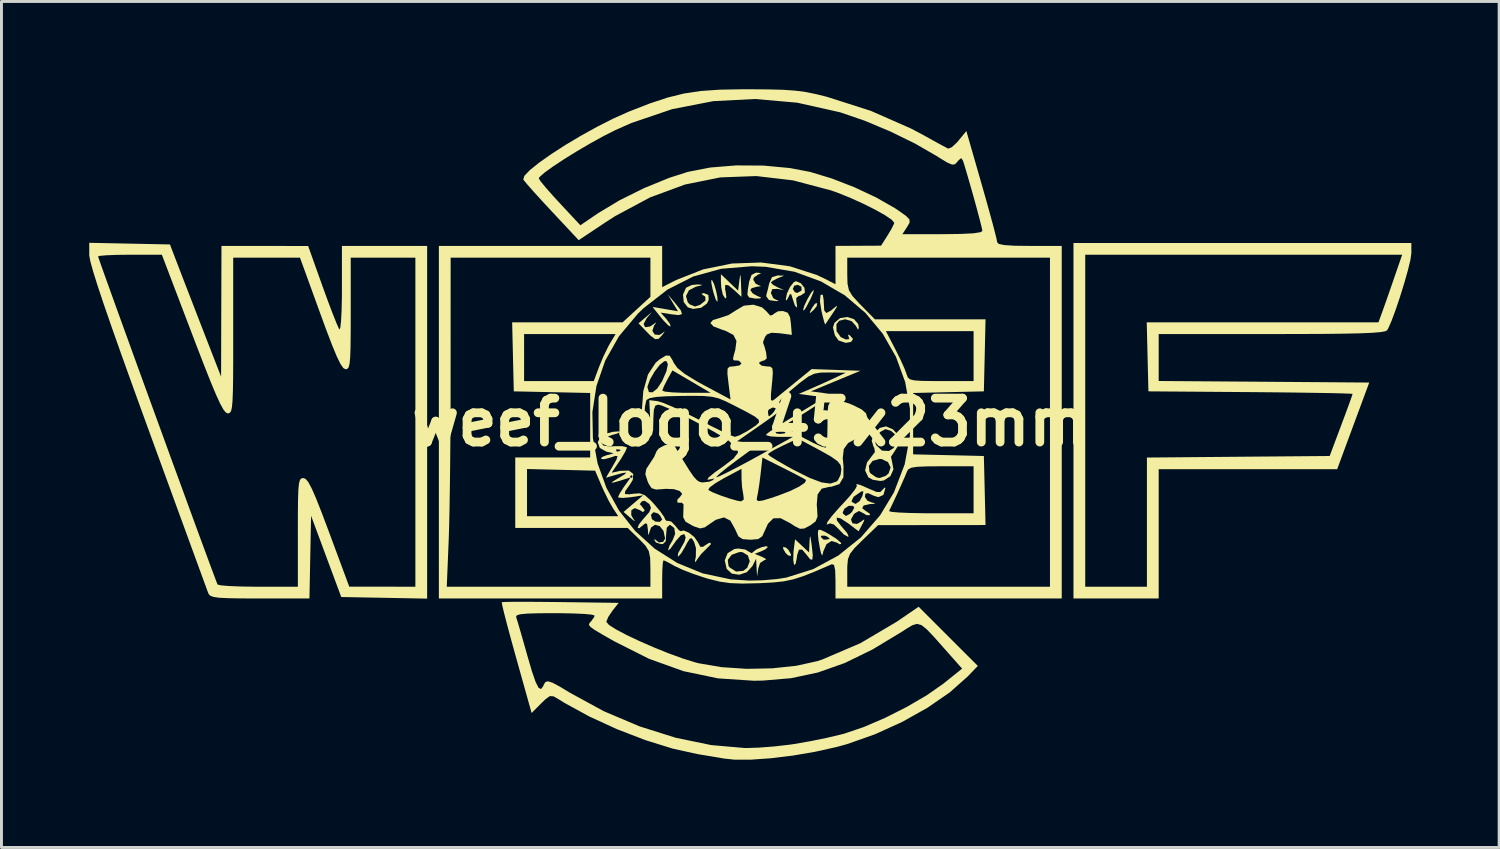
<source format=kicad_pcb>
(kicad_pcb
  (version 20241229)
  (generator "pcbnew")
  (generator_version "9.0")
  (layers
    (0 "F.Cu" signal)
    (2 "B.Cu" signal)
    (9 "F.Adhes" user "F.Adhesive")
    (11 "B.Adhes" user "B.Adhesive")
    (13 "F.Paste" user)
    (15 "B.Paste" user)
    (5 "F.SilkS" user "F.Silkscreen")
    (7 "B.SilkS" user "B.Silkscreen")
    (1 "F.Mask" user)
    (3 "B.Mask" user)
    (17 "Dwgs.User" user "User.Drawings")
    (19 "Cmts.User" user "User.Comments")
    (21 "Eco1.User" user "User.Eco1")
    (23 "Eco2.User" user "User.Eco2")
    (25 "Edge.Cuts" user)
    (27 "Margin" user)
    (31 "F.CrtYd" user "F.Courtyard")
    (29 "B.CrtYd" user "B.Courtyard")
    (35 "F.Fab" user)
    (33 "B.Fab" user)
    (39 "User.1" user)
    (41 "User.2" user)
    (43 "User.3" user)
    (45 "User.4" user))
  (footprint "weef_logo_45x23mm"
    (layer "F.Cu")
    (at 22.589 11.377)
    (property "Reference" "weef_logo_45x23mm" (at 0 0 0) (layer "F.SilkS") (effects (font (size 1.5 1.5) (thickness 0.3))))
    (attr board_only exclude_from_pos_files exclude_from_bom)
    (fp_poly (pts (xy 2.27 -3.967) (xy 2.166 -3.838) (xy 2.042 -3.726) (xy 2.038 -3.765) (xy 2.105 -3.899) (xy 2.212 -4.051) (xy 2.286 -4.072)) (stroke (width 0) (type solid)) (fill yes) (layer "F.SilkS"))
    (fp_poly (pts (xy 1.22 4.286) (xy 1.305 4.367) (xy 1.389 4.515) (xy 1.384 4.573) (xy 1.29 4.549) (xy 1.205 4.468) (xy 1.121 4.32) (xy 1.126 4.262)) (stroke (width 0) (type solid)) (fill yes) (layer "F.SilkS"))
    (fp_poly (pts (xy -1.308 -4.857) (xy -1.24 -4.723) (xy -1.174 -4.507) (xy -1.127 -4.286) (xy -1.119 -4.138) (xy -1.134 -4.116) (xy -1.185 -4.203) (xy -1.257 -4.423) (xy -1.285 -4.53) (xy -1.332 -4.76) (xy -1.328 -4.864)) (stroke (width 0) (type solid)) (fill yes) (layer "F.SilkS"))
    (fp_poly (pts (xy 2.156 -4.44) (xy 2.075 -4.247) (xy 2.048 -4.192) (xy 1.906 -3.923) (xy 1.831 -3.815) (xy 1.807 -3.845) (xy 1.807 -3.853) (xy 1.85 -3.991) (xy 1.949 -4.198) (xy 2.063 -4.398) (xy 2.151 -4.512) (xy 2.164 -4.518)) (stroke (width 0) (type solid)) (fill yes) (layer "F.SilkS"))
    (fp_poly (pts (xy -2.566 -4.066) (xy -2.375 -3.822) (xy -2.334 -3.694) (xy -2.451 -3.66) (xy -2.686 -3.686) (xy -3.062 -3.745) (xy -2.87 -3.528) (xy -2.747 -3.36) (xy -2.723 -3.267) (xy -2.806 -3.31) (xy -2.964 -3.472) (xy -3.054 -3.58) (xy -3.339 -3.937) (xy -2.905 -3.864) (xy -2.471 -3.791) (xy -2.647 -4.079) (xy -2.822 -4.367)) (stroke (width 0) (type solid)) (fill yes) (layer "F.SilkS"))
    (fp_poly (pts (xy -0.71 -4.776) (xy -0.416 -4.494) (xy -0.375 -4.832) (xy -0.349 -5.013) (xy -0.333 -5.017) (xy -0.321 -4.835) (xy -0.317 -4.726) (xy -0.301 -4.282) (xy -0.534 -4.5) (xy -0.75 -4.678) (xy -0.857 -4.693) (xy -0.862 -4.545) (xy -0.844 -4.468) (xy -0.817 -4.268) (xy -0.855 -4.223) (xy -0.935 -4.354) (xy -0.943 -4.375) (xy -0.991 -4.598) (xy -1.004 -4.796) (xy -1.004 -5.057)) (stroke (width 0) (type solid)) (fill yes) (layer "F.SilkS"))
    (fp_poly (pts (xy 2.48 -4.346) (xy 2.509 -4.152) (xy 2.51 -4.086) (xy 2.527 -3.817) (xy 2.597 -3.73) (xy 2.75 -3.81) (xy 2.847 -3.89) (xy 2.957 -3.977) (xy 2.958 -3.941) (xy 2.845 -3.763) (xy 2.812 -3.715) (xy 2.663 -3.493) (xy 2.571 -3.356) (xy 2.559 -3.338) (xy 2.53 -3.411) (xy 2.473 -3.625) (xy 2.433 -3.79) (xy 2.38 -4.127) (xy 2.399 -4.334) (xy 2.417 -4.362)) (stroke (width 0) (type solid)) (fill yes) (layer "F.SilkS"))
    (fp_poly (pts (xy -3.545 -3.549) (xy -3.646 -3.353) (xy -3.592 -3.245) (xy -3.427 -3.269) (xy -3.334 -3.329) (xy -3.218 -3.413) (xy -3.244 -3.36) (xy -3.289 -3.301) (xy -3.347 -3.12) (xy -3.265 -2.994) (xy -3.105 -2.981) (xy -3.009 -3.039) (xy -2.923 -3.109) (xy -2.964 -3.04) (xy -3.004 -2.987) (xy -3.132 -2.849) (xy -3.252 -2.838) (xy -3.418 -2.964) (xy -3.547 -3.095) (xy -3.819 -3.379) (xy -3.591 -3.572) (xy -3.363 -3.765)) (stroke (width 0) (type solid)) (fill yes) (layer "F.SilkS"))
    (fp_poly (pts (xy 2.081 4.081) (xy 2.1 4.217) (xy 2.135 4.553) (xy 2.116 4.704) (xy 2.04 4.68) (xy 1.934 4.543) (xy 1.772 4.353) (xy 1.662 4.356) (xy 1.598 4.553) (xy 1.588 4.643) (xy 1.551 4.834) (xy 1.503 4.879) (xy 1.495 4.869) (xy 1.467 4.711) (xy 1.475 4.448) (xy 1.481 4.386) (xy 1.529 4.003) (xy 1.769 4.228) (xy 2.008 4.452) (xy 2.023 4.109) (xy 2.035 3.923) (xy 2.052 3.91)) (stroke (width 0) (type solid)) (fill yes) (layer "F.SilkS"))
    (fp_poly (pts (xy 0.931 -5.013) (xy 1.155 -5.007) (xy 0.929 -4.916) (xy 0.756 -4.826) (xy 0.703 -4.769) (xy 0.783 -4.69) (xy 0.929 -4.612) (xy 1.155 -4.512) (xy 0.929 -4.556) (xy 0.751 -4.548) (xy 0.703 -4.415) (xy 0.785 -4.238) (xy 0.878 -4.185) (xy 0.974 -4.148) (xy 0.904 -4.136) (xy 0.686 -4.164) (xy 0.633 -4.181) (xy 0.545 -4.3) (xy 0.549 -4.349) (xy 0.597 -4.531) (xy 0.646 -4.744) (xy 0.742 -4.956) (xy 0.927 -5.013)) (stroke (width 0) (type solid)) (fill yes) (layer "F.SilkS"))
    (fp_poly (pts (xy 0.371 -5.092) (xy 0.311 -5.06) (xy 0.276 -5.051) (xy 0.127 -4.948) (xy 0.1 -4.869) (xy 0.184 -4.732) (xy 0.276 -4.687) (xy 0.365 -4.651) (xy 0.263 -4.632) (xy 0.226 -4.63) (xy 0.049 -4.582) (xy 0 -4.515) (xy 0.082 -4.402) (xy 0.226 -4.32) (xy 0.373 -4.255) (xy 0.34 -4.23) (xy 0.176 -4.223) (xy -0.04 -4.262) (xy -0.1 -4.355) (xy -0.082 -4.547) (xy -0.038 -4.806) (xy 0.044 -5.034) (xy 0.19 -5.108) (xy 0.238 -5.109)) (stroke (width 0) (type solid)) (fill yes) (layer "F.SilkS"))
    (fp_poly (pts (xy -1.654 -4.695) (xy -1.676 -4.672) (xy -1.857 -4.631) (xy -2.097 -4.509) (xy -2.198 -4.311) (xy -2.138 -4.098) (xy -2.069 -4.025) (xy -1.888 -3.953) (xy -1.713 -4.012) (xy -1.533 -4.158) (xy -1.537 -4.289) (xy -1.631 -4.351) (xy -1.667 -4.395) (xy -1.581 -4.409) (xy -1.433 -4.348) (xy -1.422 -4.179) (xy -1.482 -4.054) (xy -1.681 -3.91) (xy -1.951 -3.871) (xy -2.133 -3.924) (xy -2.275 -4.106) (xy -2.3 -4.36) (xy -2.199 -4.587) (xy -2.189 -4.598) (xy -2.001 -4.687) (xy -1.812 -4.707)) (stroke (width 0) (type solid)) (fill yes) (layer "F.SilkS"))
    (fp_poly (pts (xy 3.54 -3.523) (xy 3.687 -3.355) (xy 3.708 -3.225) (xy 3.681 -3.158) (xy 3.613 -3.284) (xy 3.611 -3.288) (xy 3.462 -3.455) (xy 3.244 -3.517) (xy 3.038 -3.466) (xy 2.943 -3.35) (xy 2.945 -3.112) (xy 3.09 -2.908) (xy 3.26 -2.827) (xy 3.381 -2.838) (xy 3.36 -2.917) (xy 3.338 -2.996) (xy 3.398 -2.971) (xy 3.511 -2.843) (xy 3.444 -2.743) (xy 3.261 -2.711) (xy 3.016 -2.792) (xy 2.89 -2.969) (xy 2.825 -3.24) (xy 2.877 -3.396) (xy 3.068 -3.557) (xy 3.312 -3.595)) (stroke (width 0) (type solid)) (fill yes) (layer "F.SilkS"))
    (fp_poly (pts (xy 2.559 3.752) (xy 2.71 3.837) (xy 2.949 3.991) (xy 3.093 4.117) (xy 3.111 4.154) (xy 3.051 4.173) (xy 2.962 4.116) (xy 2.774 4.06) (xy 2.603 4.17) (xy 2.495 4.414) (xy 2.488 4.45) (xy 2.458 4.556) (xy 2.419 4.484) (xy 2.382 4.33) (xy 2.331 4.038) (xy 2.32 3.919) (xy 2.409 3.919) (xy 2.491 4.005) (xy 2.56 4.016) (xy 2.694 3.994) (xy 2.711 3.976) (xy 2.632 3.912) (xy 2.56 3.879) (xy 2.431 3.877) (xy 2.409 3.919) (xy 2.32 3.919) (xy 2.309 3.804) (xy 2.309 3.799) (xy 2.321 3.69) (xy 2.389 3.673)) (stroke (width 0) (type solid)) (fill yes) (layer "F.SilkS"))
    (fp_poly (pts (xy 1.727 -4.748) (xy 1.851 -4.59) (xy 1.866 -4.432) (xy 1.86 -4.422) (xy 1.711 -4.324) (xy 1.66 -4.317) (xy 1.567 -4.241) (xy 1.577 -4.116) (xy 1.599 -3.955) (xy 1.579 -3.915) (xy 1.52 -4) (xy 1.455 -4.192) (xy 1.398 -4.373) (xy 1.351 -4.374) (xy 1.301 -4.267) (xy 1.236 -4.156) (xy 1.212 -4.187) (xy 1.251 -4.396) (xy 1.324 -4.552) (xy 1.451 -4.552) (xy 1.526 -4.439) (xy 1.606 -4.417) (xy 1.737 -4.49) (xy 1.753 -4.511) (xy 1.746 -4.63) (xy 1.625 -4.693) (xy 1.504 -4.667) (xy 1.451 -4.552) (xy 1.324 -4.552) (xy 1.358 -4.623) (xy 1.488 -4.786) (xy 1.56 -4.819)) (stroke (width 0) (type solid)) (fill yes) (layer "F.SilkS"))
    (fp_poly (pts (xy 0.602 4.263) (xy 0.521 4.341) (xy 0.376 4.411) (xy 0.151 4.498) (xy 0.402 4.602) (xy 0.545 4.679) (xy 0.494 4.712) (xy 0.484 4.712) (xy 0.335 4.81) (xy 0.273 4.995) (xy 0.231 5.271) (xy 0.214 4.97) (xy 0.198 4.668) (xy 0.072 4.919) (xy -0.119 5.126) (xy -0.377 5.213) (xy -0.632 5.174) (xy -0.807 5.013) (xy -0.873 4.722) (xy -0.867 4.705) (xy -0.77 4.705) (xy -0.745 4.91) (xy -0.71 4.961) (xy -0.485 5.104) (xy -0.238 5.079) (xy -0.104 4.974) (xy -0.018 4.752) (xy -0.085 4.551) (xy -0.268 4.44) (xy -0.375 4.437) (xy -0.636 4.531) (xy -0.77 4.705) (xy -0.867 4.705) (xy -0.775 4.477) (xy -0.545 4.334) (xy -0.41 4.317) (xy -0.175 4.351) (xy -0.044 4.428) (xy 0.051 4.478) (xy 0.088 4.442) (xy 0.204 4.35) (xy 0.384 4.273) (xy 0.544 4.237)) (stroke (width 0) (type solid)) (fill yes) (layer "F.SilkS"))
    (fp_poly (pts (xy 4.871 0.243) (xy 4.876 0.246) (xy 5.08 0.472) (xy 5.094 0.737) (xy 4.933 0.99) (xy 4.807 1.181) (xy 4.844 1.353) (xy 4.892 1.613) (xy 4.785 1.847) (xy 4.563 1.991) (xy 4.44 2.008) (xy 4.188 1.968) (xy 4.036 1.887) (xy 3.923 1.65) (xy 3.96 1.49) (xy 4.051 1.49) (xy 4.072 1.694) (xy 4.109 1.749) (xy 4.3 1.882) (xy 4.417 1.908) (xy 4.625 1.835) (xy 4.726 1.749) (xy 4.795 1.545) (xy 4.704 1.362) (xy 4.492 1.261) (xy 4.417 1.255) (xy 4.178 1.324) (xy 4.051 1.49) (xy 3.96 1.49) (xy 3.987 1.376) (xy 4.123 1.198) (xy 4.258 1.02) (xy 4.238 0.882) (xy 4.215 0.851) (xy 4.148 0.633) (xy 4.171 0.559) (xy 4.262 0.559) (xy 4.281 0.731) (xy 4.31 0.791) (xy 4.499 0.971) (xy 4.738 0.984) (xy 4.899 0.883) (xy 5.013 0.653) (xy 4.952 0.421) (xy 4.807 0.295) (xy 4.619 0.237) (xy 4.451 0.326) (xy 4.395 0.379) (xy 4.262 0.559) (xy 4.171 0.559) (xy 4.226 0.389) (xy 4.424 0.197) (xy 4.431 0.194) (xy 4.639 0.143)) (stroke (width 0) (type solid)) (fill yes) (layer "F.SilkS"))
    (fp_poly (pts (xy 22.589 -5.771) (xy 22.557 -5.547) (xy 22.471 -5.191) (xy 22.347 -4.754) (xy 22.202 -4.285) (xy 22.051 -3.836) (xy 21.91 -3.458) (xy 21.796 -3.2) (xy 21.758 -3.137) (xy 21.686 -3.104) (xy 21.517 -3.076) (xy 21.235 -3.054) (xy 20.827 -3.037) (xy 20.275 -3.025) (xy 19.566 -3.017) (xy 18.684 -3.013) (xy 17.808 -3.012) (xy 13.955 -3.012) (xy 13.955 -2.21) (xy 13.955 -1.408) (xy 17.552 -1.382) (xy 21.15 -1.355) (xy 20.602 0.125) (xy 20.054 1.606) (xy 17.005 1.606) (xy 13.955 1.606) (xy 13.955 3.815) (xy 13.955 6.024) (xy 12.499 6.024) (xy 11.043 6.024) (xy 11.043 -0.05) (xy 11.445 -0.05) (xy 11.445 5.622) (xy 12.499 5.622) (xy 13.553 5.622) (xy 13.553 3.415) (xy 13.553 1.208) (xy 16.676 1.181) (xy 19.798 1.155) (xy 20.189 0.112) (xy 20.347 -0.31) (xy 20.474 -0.656) (xy 20.556 -0.888) (xy 20.581 -0.966) (xy 20.484 -0.975) (xy 20.21 -0.985) (xy 19.78 -0.995) (xy 19.218 -1.004) (xy 18.546 -1.014) (xy 17.788 -1.022) (xy 17.092 -1.028) (xy 13.604 -1.054) (xy 13.575 -2.234) (xy 13.547 -3.413) (xy 17.506 -3.413) (xy 21.465 -3.413) (xy 21.584 -3.74) (xy 21.673 -3.987) (xy 21.803 -4.356) (xy 21.949 -4.777) (xy 21.989 -4.894) (xy 22.275 -5.723) (xy 16.86 -5.723) (xy 11.445 -5.723) (xy 11.445 -0.05) (xy 11.043 -0.05) (xy 11.043 -6.124) (xy 16.816 -6.124) (xy 22.589 -6.124)) (stroke (width 0) (type solid)) (fill yes) (layer "F.SilkS"))
    (fp_poly (pts (xy 3.762 2.146) (xy 4.048 2.271) (xy 4.069 2.28) (xy 4.31 2.382) (xy 4.441 2.388) (xy 4.522 2.305) (xy 4.599 2.228) (xy 4.615 2.259) (xy 4.548 2.485) (xy 4.378 2.562) (xy 4.236 2.52) (xy 4.024 2.424) (xy 3.932 2.444) (xy 3.915 2.553) (xy 4.001 2.682) (xy 4.141 2.74) (xy 4.274 2.772) (xy 4.221 2.789) (xy 4.091 2.797) (xy 3.874 2.846) (xy 3.824 2.94) (xy 3.956 3.044) (xy 3.98 3.054) (xy 4.09 3.135) (xy 4.083 3.179) (xy 3.967 3.175) (xy 3.863 3.11) (xy 3.714 3.034) (xy 3.569 3.115) (xy 3.538 3.145) (xy 3.439 3.327) (xy 3.491 3.456) (xy 3.644 3.477) (xy 3.777 3.404) (xy 3.891 3.32) (xy 3.887 3.373) (xy 3.824 3.495) (xy 3.701 3.728) (xy 3.35 3.46) (xy 3.087 3.289) (xy 2.953 3.259) (xy 2.959 3.357) (xy 3.122 3.571) (xy 3.163 3.615) (xy 3.315 3.798) (xy 3.359 3.904) (xy 3.339 3.915) (xy 3.205 3.843) (xy 3.033 3.668) (xy 3.023 3.656) (xy 2.856 3.497) (xy 2.723 3.457) (xy 2.715 3.461) (xy 2.609 3.501) (xy 2.633 3.414) (xy 2.776 3.22) (xy 2.896 3.082) (xy 3.157 3.082) (xy 3.169 3.124) (xy 3.265 3.206) (xy 3.398 3.137) (xy 3.472 3.068) (xy 3.554 2.92) (xy 3.51 2.859) (xy 3.366 2.857) (xy 3.22 2.953) (xy 3.157 3.082) (xy 2.896 3.082) (xy 3.026 2.933) (xy 3.156 2.795) (xy 3.25 2.691) (xy 3.46 2.691) (xy 3.474 2.727) (xy 3.596 2.794) (xy 3.736 2.697) (xy 3.829 2.525) (xy 3.867 2.368) (xy 3.8 2.363) (xy 3.789 2.37) (xy 3.531 2.549) (xy 3.46 2.691) (xy 3.25 2.691) (xy 3.404 2.521) (xy 3.576 2.303) (xy 3.643 2.179) (xy 3.639 2.167) (xy 3.621 2.111)) (stroke (width 0) (type solid)) (fill yes) (layer "F.SilkS"))
    (fp_poly (pts (xy -7.177 6.14) (xy -6.577 6.146) (xy -6.481 6.147) (xy -4.499 6.174) (xy -4.709 6.441) (xy -4.854 6.656) (xy -4.919 6.816) (xy -4.919 6.824) (xy -4.831 6.927) (xy -4.588 7.081) (xy -4.228 7.272) (xy -3.784 7.482) (xy -3.293 7.696) (xy -2.79 7.899) (xy -2.31 8.074) (xy -1.889 8.205) (xy -1.757 8.239) (xy -0.981 8.371) (xy -0.125 8.428) (xy 0.747 8.411) (xy 1.573 8.323) (xy 2.289 8.165) (xy 2.46 8.109) (xy 3.763 7.551) (xy 5.001 6.82) (xy 5.069 6.774) (xy 5.752 6.306) (xy 6.763 7.317) (xy 7.775 8.328) (xy 7.426 8.692) (xy 6.818 9.231) (xy 6.055 9.757) (xy 5.186 10.244) (xy 4.256 10.666) (xy 3.312 10.999) (xy 2.949 11.099) (xy 2.217 11.262) (xy 1.457 11.392) (xy 0.713 11.483) (xy 0.033 11.531) (xy -0.54 11.532) (xy -0.904 11.493) (xy -1.072 11.463) (xy -1.376 11.412) (xy -1.755 11.35) (xy -1.807 11.341) (xy -2.654 11.154) (xy -3.592 10.862) (xy -4.562 10.488) (xy -5.502 10.056) (xy -6.35 9.592) (xy -6.551 9.467) (xy -6.727 9.366) (xy -6.854 9.361) (xy -7.003 9.47) (xy -7.15 9.613) (xy -7.473 9.937) (xy -7.999 8.06) (xy -8.16 7.479) (xy -8.298 6.968) (xy -8.379 6.656) (xy -8.003 6.656) (xy -8.001 6.663) (xy -7.954 6.809) (xy -7.867 7.105) (xy -7.751 7.509) (xy -7.621 7.968) (xy -7.462 8.512) (xy -7.336 8.876) (xy -7.237 9.073) (xy -7.155 9.12) (xy -7.083 9.031) (xy -7.064 8.985) (xy -7.008 8.884) (xy -6.919 8.852) (xy -6.763 8.901) (xy -6.504 9.039) (xy -6.151 9.252) (xy -5.002 9.878) (xy -3.787 10.393) (xy -2.55 10.783) (xy -1.335 11.034) (xy -0.186 11.134) (xy -0.151 11.134) (xy 0.283 11.121) (xy 0.818 11.08) (xy 1.356 11.018) (xy 1.506 10.996) (xy 2.039 10.903) (xy 2.607 10.788) (xy 3.105 10.67) (xy 3.213 10.642) (xy 3.871 10.419) (xy 4.605 10.104) (xy 5.347 9.73) (xy 6.03 9.331) (xy 6.587 8.942) (xy 6.606 8.927) (xy 7.238 8.421) (xy 6.633 7.738) (xy 6.282 7.343) (xy 6.033 7.08) (xy 5.85 6.934) (xy 5.697 6.891) (xy 5.539 6.937) (xy 5.34 7.056) (xy 5.197 7.15) (xy 4.177 7.766) (xy 3.229 8.229) (xy 2.314 8.552) (xy 1.392 8.748) (xy 0.423 8.83) (xy 0.112 8.835) (xy -1.104 8.754) (xy -2.286 8.507) (xy -3.464 8.084) (xy -4.659 7.482) (xy -5.07 7.247) (xy -5.332 7.09) (xy -5.472 6.987) (xy -5.516 6.917) (xy -5.49 6.857) (xy -5.44 6.805) (xy -5.335 6.658) (xy -5.321 6.606) (xy -5.415 6.577) (xy -5.674 6.552) (xy -6.06 6.535) (xy -6.539 6.526) (xy -6.687 6.526) (xy -7.246 6.529) (xy -7.631 6.541) (xy -7.867 6.564) (xy -7.983 6.602) (xy -8.003 6.656) (xy -8.379 6.656) (xy -8.405 6.557) (xy -8.473 6.276) (xy -8.495 6.154) (xy -8.494 6.151) (xy -8.389 6.143) (xy -8.113 6.138) (xy -7.699 6.137)) (stroke (width 0) (type solid)) (fill yes) (layer "F.SilkS"))
    (fp_poly (pts (xy -21.211 -6.102) (xy -19.832 -6.074) (xy -19.369 -4.869) (xy -19.14 -4.277) (xy -18.887 -3.623) (xy -18.645 -2.999) (xy -18.494 -2.61) (xy -18.084 -1.556) (xy -18.078 -3.79) (xy -18.071 -6.024) (xy -16.59 -6.023) (xy -15.109 -6.021) (xy -14.617 -4.642) (xy -14.436 -4.145) (xy -14.273 -3.715) (xy -14.142 -3.386) (xy -14.057 -3.196) (xy -14.04 -3.167) (xy -14.01 -3.227) (xy -13.985 -3.456) (xy -13.966 -3.821) (xy -13.956 -4.291) (xy -13.955 -4.548) (xy -13.955 -6.024) (xy -12.499 -6.024) (xy -11.043 -6.024) (xy -11.043 0.003) (xy -11.043 6.029) (xy -12.511 6.001) (xy -13.978 5.974) (xy -14.494 4.586) (xy -15.009 3.198) (xy -15.037 4.611) (xy -15.065 6.024) (xy -16.758 6.024) (xy -17.383 6.022) (xy -17.836 6.014) (xy -18.147 5.999) (xy -18.343 5.971) (xy -18.454 5.93) (xy -18.509 5.871) (xy -18.519 5.848) (xy -18.566 5.724) (xy -18.674 5.428) (xy -18.839 4.978) (xy -19.053 4.392) (xy -19.311 3.686) (xy -19.607 2.877) (xy -19.933 1.984) (xy -20.284 1.023) (xy -20.588 0.189) (xy -21.068 -1.133) (xy -21.478 -2.274) (xy -21.82 -3.241) (xy -22.096 -4.04) (xy -22.309 -4.679) (xy -22.46 -5.163) (xy -22.553 -5.5) (xy -22.583 -5.665) (xy -22.288 -5.665) (xy -22.254 -5.563) (xy -22.159 -5.293) (xy -22.01 -4.875) (xy -21.813 -4.328) (xy -21.577 -3.673) (xy -21.308 -2.931) (xy -21.015 -2.121) (xy -20.703 -1.263) (xy -20.381 -0.378) (xy -20.056 0.514) (xy -19.736 1.393) (xy -19.426 2.239) (xy -19.136 3.032) (xy -18.873 3.751) (xy -18.642 4.377) (xy -18.453 4.889) (xy -18.312 5.268) (xy -18.227 5.492) (xy -18.205 5.547) (xy -18.093 5.575) (xy -17.819 5.598) (xy -17.421 5.614) (xy -16.937 5.622) (xy -16.81 5.622) (xy -15.461 5.622) (xy -15.461 3.765) (xy -15.46 3.111) (xy -15.455 2.632) (xy -15.443 2.3) (xy -15.421 2.088) (xy -15.388 1.97) (xy -15.339 1.919) (xy -15.273 1.908) (xy -15.272 1.908) (xy -15.193 1.94) (xy -15.102 2.051) (xy -14.988 2.263) (xy -14.841 2.598) (xy -14.651 3.078) (xy -14.407 3.725) (xy -14.393 3.764) (xy -13.704 5.62) (xy -12.575 5.621) (xy -11.445 5.622) (xy -11.445 0) (xy -11.445 -5.622) (xy -12.549 -5.622) (xy -13.654 -5.622) (xy -13.654 -3.715) (xy -13.655 -3.05) (xy -13.661 -2.559) (xy -13.673 -2.217) (xy -13.694 -1.997) (xy -13.727 -1.873) (xy -13.774 -1.819) (xy -13.829 -1.808) (xy -13.907 -1.85) (xy -14.004 -1.989) (xy -14.129 -2.243) (xy -14.291 -2.634) (xy -14.5 -3.18) (xy -14.696 -3.716) (xy -15.388 -5.622) (xy -16.529 -5.622) (xy -17.67 -5.622) (xy -17.67 -2.962) (xy -17.67 -2.162) (xy -17.673 -1.54) (xy -17.68 -1.075) (xy -17.693 -0.743) (xy -17.712 -0.522) (xy -17.74 -0.39) (xy -17.779 -0.325) (xy -17.829 -0.303) (xy -17.856 -0.301) (xy -17.924 -0.332) (xy -18.008 -0.438) (xy -18.117 -0.637) (xy -18.259 -0.946) (xy -18.442 -1.384) (xy -18.674 -1.969) (xy -18.963 -2.718) (xy -19.075 -3.012) (xy -20.108 -5.723) (xy -21.198 -5.723) (xy -21.638 -5.718) (xy -21.994 -5.704) (xy -22.223 -5.685) (xy -22.288 -5.665) (xy -22.583 -5.665) (xy -22.588 -5.695) (xy -22.589 -5.712) (xy -22.589 -6.13)) (stroke (width 0) (type solid)) (fill yes) (layer "F.SilkS"))
    (fp_poly (pts (xy -4.439 0.339) (xy -4.562 0.392) (xy -4.698 0.429) (xy -4.983 0.523) (xy -5.095 0.633) (xy -5.096 0.693) (xy -5.023 0.796) (xy -4.83 0.829) (xy -4.64 0.821) (xy -4.381 0.82) (xy -4.231 0.853) (xy -4.217 0.873) (xy -4.269 1) (xy -4.401 1.225) (xy -4.478 1.342) (xy -4.74 1.727) (xy -4.444 1.662) (xy -4.151 1.653) (xy -4.002 1.766) (xy -4.016 1.972) (xy -4.116 2.135) (xy -4.274 2.355) (xy -4.286 2.455) (xy -4.139 2.465) (xy -3.986 2.444) (xy -3.775 2.431) (xy -3.601 2.497) (xy -3.401 2.675) (xy -3.283 2.802) (xy -3.077 3.048) (xy -2.942 3.243) (xy -2.911 3.319) (xy -2.851 3.381) (xy -2.818 3.367) (xy -2.7 3.397) (xy -2.565 3.537) (xy -2.443 3.689) (xy -2.382 3.725) (xy -2.272 3.7) (xy -2.093 3.78) (xy -1.912 3.926) (xy -1.798 4.091) (xy -1.705 4.262) (xy -1.607 4.255) (xy -1.583 4.233) (xy -1.421 4.13) (xy -1.36 4.118) (xy -1.349 4.172) (xy -1.468 4.294) (xy -1.679 4.505) (xy -1.8 4.668) (xy -1.88 4.789) (xy -1.891 4.742) (xy -1.861 4.591) (xy -1.857 4.303) (xy -1.919 4.096) (xy -1.997 3.971) (xy -2.065 3.975) (xy -2.162 4.128) (xy -2.229 4.258) (xy -2.359 4.477) (xy -2.456 4.584) (xy -2.477 4.584) (xy -2.465 4.474) (xy -2.37 4.301) (xy -2.25 4.087) (xy -2.209 3.943) (xy -2.254 3.822) (xy -2.373 3.865) (xy -2.544 4.06) (xy -2.599 4.141) (xy -2.729 4.322) (xy -2.803 4.379) (xy -2.809 4.364) (xy -2.758 4.21) (xy -2.66 4.046) (xy -2.569 3.817) (xy -2.597 3.617) (xy -2.73 3.516) (xy -2.761 3.514) (xy -2.855 3.605) (xy -2.876 3.84) (xy -2.891 4.071) (xy -2.982 4.159) (xy -3.054 4.166) (xy -3.225 4.109) (xy -3.272 4.038) (xy -3.268 3.98) (xy -3.247 4.013) (xy -3.123 4.109) (xy -2.977 4.089) (xy -2.911 3.974) (xy -2.966 3.716) (xy -3.096 3.552) (xy -3.253 3.505) (xy -3.389 3.596) (xy -3.443 3.74) (xy -3.474 3.86) (xy -3.492 3.796) (xy -3.5 3.669) (xy -3.527 3.477) (xy -3.593 3.458) (xy -3.634 3.494) (xy -3.794 3.622) (xy -3.851 3.611) (xy -3.805 3.494) (xy -3.656 3.304) (xy -3.64 3.288) (xy -3.534 3.166) (xy -3.395 3.166) (xy -3.363 3.313) (xy -3.239 3.398) (xy -3.087 3.404) (xy -3.012 3.327) (xy -3.012 3.325) (xy -3.08 3.193) (xy -3.154 3.12) (xy -3.307 3.074) (xy -3.395 3.166) (xy -3.534 3.166) (xy -3.451 3.071) (xy -3.394 2.926) (xy -3.447 2.798) (xy -3.451 2.793) (xy -3.611 2.684) (xy -3.706 2.705) (xy -3.778 2.8) (xy -3.725 2.855) (xy -3.621 2.991) (xy -3.614 3.03) (xy -3.672 3.07) (xy -3.769 3.008) (xy -3.949 2.936) (xy -4.065 3.01) (xy -4.069 3.175) (xy -4.008 3.284) (xy -3.938 3.385) (xy -3.994 3.354) (xy -4.1 3.266) (xy -4.331 3.068) (xy -3.998 2.784) (xy -3.664 2.499) (xy -4.091 2.564) (xy -4.35 2.588) (xy -4.501 2.576) (xy -4.518 2.559) (xy -4.465 2.44) (xy -4.334 2.233) (xy -4.302 2.188) (xy -4.087 1.886) (xy -4.066 1.908) (xy -4.016 1.857) (xy -4.066 1.807) (xy -4.116 1.857) (xy -4.088 1.885) (xy -4.327 1.96) (xy -4.624 2.05) (xy -4.743 2.072) (xy -4.696 2.025) (xy -4.518 1.918) (xy -4.288 1.778) (xy -4.236 1.721) (xy -4.366 1.739) (xy -4.601 1.802) (xy -4.933 1.897) (xy -4.726 1.545) (xy -4.576 1.283) (xy -4.536 1.162) (xy -4.611 1.151) (xy -4.783 1.21) (xy -4.993 1.265) (xy -5.105 1.254) (xy -5.066 1.19) (xy -4.915 1.131) (xy -4.668 1.065) (xy -4.919 1.006) (xy -5.041 0.937) (xy -4.585 0.937) (xy -4.571 0.997) (xy -4.518 1.004) (xy -4.435 0.967) (xy -4.451 0.937) (xy -4.57 0.925) (xy -4.585 0.937) (xy -5.041 0.937) (xy -5.142 0.88) (xy -5.212 0.689) (xy -5.125 0.498) (xy -4.97 0.402) (xy -4.689 0.329) (xy -4.486 0.313)) (stroke (width 0) (type solid)) (fill yes) (layer "F.SilkS"))
    (fp_poly (pts (xy -0.05 -11.377) (xy 0.616 -11.372) (xy 1.131 -11.358) (xy 1.542 -11.329) (xy 1.899 -11.282) (xy 2.251 -11.21) (xy 2.619 -11.118) (xy 4.116 -10.64) (xy 5.496 -10.033) (xy 5.921 -9.807) (xy 6.274 -9.611) (xy 6.562 -9.454) (xy 6.739 -9.361) (xy 6.766 -9.348) (xy 6.882 -9.394) (xy 7.058 -9.556) (xy 7.121 -9.63) (xy 7.383 -9.95) (xy 7.911 -8.112) (xy 8.076 -7.531) (xy 8.22 -7.011) (xy 8.334 -6.587) (xy 8.409 -6.289) (xy 8.436 -6.151) (xy 8.436 -6.149) (xy 8.492 -6.09) (xy 8.68 -6.052) (xy 9.022 -6.03) (xy 9.538 -6.024) (xy 10.642 -6.024) (xy 10.642 0) (xy 10.642 6.024) (xy 6.777 6.024) (xy 2.911 6.024) (xy 2.911 5.411) (xy 2.9 5.059) (xy 2.861 4.881) (xy 2.79 4.851) (xy 2.786 4.853) (xy 2.236 5.091) (xy 1.814 5.259) (xy 1.468 5.37) (xy 1.143 5.438) (xy 0.787 5.476) (xy 0.346 5.5) (xy 0.28 5.502) (xy -0.266 5.515) (xy -0.685 5.499) (xy -1.047 5.448) (xy -1.424 5.354) (xy -1.527 5.324) (xy -1.938 5.188) (xy -2.317 5.041) (xy -2.586 4.914) (xy -2.591 4.911) (xy -2.815 4.787) (xy -2.954 4.722) (xy -2.967 4.719) (xy -2.99 4.81) (xy -3.006 5.05) (xy -3.012 5.371) (xy -3.012 6.024) (xy -6.827 6.024) (xy -10.642 6.024) (xy -10.642 5.622) (xy -10.372 5.622) (xy -6.893 5.622) (xy -3.413 5.622) (xy -3.414 4.995) (xy -3.422 4.64) (xy -3.468 4.408) (xy -3.58 4.221) (xy -3.79 4.002) (xy -3.802 3.991) (xy -4.19 3.614) (xy -6.111 3.614) (xy -8.032 3.614) (xy -8.032 2.409) (xy -8.032 2.406) (xy -7.63 2.406) (xy -7.63 3.213) (xy -6.072 3.213) (xy -4.513 3.213) (xy -4.691 2.943) (xy -4.835 2.692) (xy -5.002 2.353) (xy -5.086 2.165) (xy -5.303 1.657) (xy -6.467 1.628) (xy -7.63 1.6) (xy -7.63 2.406) (xy -8.032 2.406) (xy -8.032 1.205) (xy -6.752 1.205) (xy -5.472 1.205) (xy -5.472 0.103) (xy -5.472 -0.346) (xy -5.396 -0.346) (xy -5.379 0.542) (xy -5.217 1.412) (xy -4.917 2.244) (xy -4.487 3.018) (xy -3.935 3.717) (xy -3.269 4.321) (xy -2.497 4.81) (xy -1.627 5.167) (xy -0.666 5.371) (xy -0.03 5.413) (xy 0.431 5.401) (xy 0.901 5.361) (xy 1.225 5.312) (xy 2.147 5.022) (xy 3.008 4.556) (xy 3.78 3.936) (xy 4.434 3.184) (xy 4.523 3.037) (xy 4.74 3.037) (xy 4.821 3.063) (xy 5.068 3.086) (xy 5.448 3.102) (xy 5.927 3.111) (xy 6.166 3.112) (xy 7.63 3.112) (xy 7.63 2.309) (xy 7.63 1.506) (xy 6.523 1.506) (xy 6.03 1.51) (xy 5.703 1.524) (xy 5.505 1.555) (xy 5.401 1.608) (xy 5.356 1.682) (xy 5.288 1.847) (xy 5.164 2.129) (xy 5.013 2.463) (xy 4.862 2.785) (xy 4.743 3.031) (xy 4.74 3.037) (xy 4.523 3.037) (xy 4.908 2.398) (xy 5.274 1.444) (xy 5.453 0.485) (xy 5.455 -0.46) (xy 5.292 -1.373) (xy 4.977 -2.235) (xy 4.521 -3.029) (xy 4.451 -3.112) (xy 4.633 -3.112) (xy 4.959 -2.485) (xy 5.133 -2.135) (xy 5.272 -1.826) (xy 5.344 -1.631) (xy 5.38 -1.533) (xy 5.45 -1.468) (xy 5.591 -1.43) (xy 5.84 -1.412) (xy 6.233 -1.406) (xy 6.516 -1.406) (xy 7.63 -1.406) (xy 7.63 -2.259) (xy 7.63 -3.112) (xy 6.132 -3.112) (xy 4.633 -3.112) (xy 4.451 -3.112) (xy 3.935 -3.734) (xy 3.231 -4.334) (xy 2.42 -4.808) (xy 1.515 -5.14) (xy 0.527 -5.31) (xy 0.05 -5.329) (xy -0.995 -5.242) (xy -1.949 -4.979) (xy -2.826 -4.534) (xy -3.642 -3.9) (xy -3.842 -3.708) (xy -4.489 -2.935) (xy -4.958 -2.104) (xy -5.258 -1.235) (xy -5.396 -0.346) (xy -5.472 -0.346) (xy -5.472 -0.998) (xy -6.777 -1.026) (xy -8.082 -1.054) (xy -8.11 -2.209) (xy -7.73 -2.209) (xy -7.73 -1.406) (xy -6.539 -1.406) (xy -5.348 -1.406) (xy -5.171 -1.882) (xy -5.021 -2.243) (xy -4.855 -2.584) (xy -4.798 -2.686) (xy -4.602 -3.012) (xy -6.166 -3.012) (xy -7.73 -3.012) (xy -7.73 -2.209) (xy -8.11 -2.209) (xy -8.11 -2.234) (xy -8.138 -3.413) (xy -6.251 -3.413) (xy -4.363 -3.413) (xy -3.888 -3.849) (xy -3.413 -4.285) (xy -3.413 -4.954) (xy -3.413 -5.622) (xy -6.827 -5.622) (xy -10.24 -5.622) (xy -10.241 -1.581) (xy -10.242 -0.622) (xy -10.247 0.341) (xy -10.255 1.274) (xy -10.265 2.142) (xy -10.277 2.913) (xy -10.291 3.551) (xy -10.306 4.025) (xy -10.307 4.041) (xy -10.372 5.622) (xy -10.642 5.622) (xy -10.642 0) (xy -10.642 -6.024) (xy -6.827 -6.024) (xy -3.012 -6.024) (xy -3.012 -5.319) (xy -3.012 -4.615) (xy -2.531 -4.859) (xy -1.609 -5.222) (xy -0.629 -5.422) (xy 0.371 -5.457) (xy 1.349 -5.328) (xy 2.266 -5.033) (xy 2.532 -4.908) (xy 2.911 -4.714) (xy 2.911 -5.048) (xy 3.313 -5.048) (xy 3.322 -4.731) (xy 3.37 -4.51) (xy 3.491 -4.312) (xy 3.716 -4.065) (xy 3.786 -3.994) (xy 4.259 -3.514) (xy 6.149 -3.514) (xy 8.038 -3.514) (xy 8.01 -2.284) (xy 7.981 -1.054) (xy 6.772 -1.026) (xy 5.564 -0.998) (xy 5.564 0.05) (xy 5.564 1.099) (xy 6.772 1.127) (xy 7.981 1.155) (xy 8.01 2.334) (xy 8.038 3.514) (xy 6.203 3.516) (xy 4.367 3.518) (xy 3.84 4.025) (xy 3.567 4.296) (xy 3.409 4.495) (xy 3.336 4.684) (xy 3.314 4.927) (xy 3.313 5.077) (xy 3.313 5.622) (xy 6.777 5.622) (xy 10.24 5.622) (xy 10.24 0) (xy 10.24 -5.622) (xy 6.777 -5.622) (xy 3.313 -5.622) (xy 3.313 -5.048) (xy 2.911 -5.048) (xy 2.911 -5.369) (xy 2.911 -6.024) (xy 3.69 -6.028) (xy 4.468 -6.032) (xy 4.693 -6.386) (xy 4.834 -6.623) (xy 4.913 -6.787) (xy 4.919 -6.813) (xy 4.832 -6.918) (xy 4.597 -7.077) (xy 4.253 -7.27) (xy 3.837 -7.477) (xy 3.39 -7.678) (xy 2.949 -7.854) (xy 2.761 -7.92) (xy 1.464 -8.263) (xy 0.205 -8.411) (xy -1.024 -8.365) (xy -2.233 -8.121) (xy -3.43 -7.679) (xy -4.623 -7.039) (xy -4.949 -6.829) (xy -5.864 -6.22) (xy -6.772 -7.19) (xy -7.117 -7.562) (xy -7.414 -7.889) (xy -7.634 -8.139) (xy -7.751 -8.281) (xy -7.758 -8.293) (xy -7.747 -8.331) (xy -7.228 -8.331) (xy -7.164 -8.229) (xy -6.99 -8.017) (xy -6.735 -7.728) (xy -6.517 -7.491) (xy -5.807 -6.73) (xy -5.199 -7.143) (xy -4.468 -7.583) (xy -3.627 -8) (xy -2.767 -8.351) (xy -2.137 -8.553) (xy -1.365 -8.703) (xy -0.479 -8.775) (xy 0.452 -8.769) (xy 1.356 -8.684) (xy 2.046 -8.552) (xy 2.779 -8.33) (xy 3.556 -8.029) (xy 4.3 -7.68) (xy 4.938 -7.316) (xy 5.062 -7.234) (xy 5.32 -7.05) (xy 5.439 -6.928) (xy 5.443 -6.819) (xy 5.36 -6.673) (xy 5.359 -6.672) (xy 5.197 -6.425) (xy 6.564 -6.425) (xy 7.193 -6.433) (xy 7.626 -6.455) (xy 7.869 -6.493) (xy 7.931 -6.536) (xy 7.905 -6.664) (xy 7.836 -6.937) (xy 7.737 -7.309) (xy 7.621 -7.731) (xy 7.5 -8.157) (xy 7.389 -8.54) (xy 7.301 -8.832) (xy 7.267 -8.935) (xy 7.208 -9.025) (xy 7.116 -8.951) (xy 7.081 -8.905) (xy 6.999 -8.817) (xy 6.899 -8.801) (xy 6.736 -8.869) (xy 6.463 -9.034) (xy 6.366 -9.096) (xy 5.63 -9.521) (xy 4.781 -9.936) (xy 3.906 -10.303) (xy 3.089 -10.583) (xy 3.062 -10.591) (xy 1.603 -10.918) (xy 0.162 -11.044) (xy -1.263 -10.971) (xy -2.671 -10.697) (xy -4.064 -10.224) (xy -4.608 -9.982) (xy -5.015 -9.777) (xy -5.465 -9.528) (xy -5.927 -9.258) (xy -6.365 -8.986) (xy -6.745 -8.735) (xy -7.036 -8.525) (xy -7.202 -8.378) (xy -7.228 -8.331) (xy -7.747 -8.331) (xy -7.721 -8.417) (xy -7.532 -8.615) (xy -7.217 -8.868) (xy -6.802 -9.161) (xy -6.315 -9.475) (xy -5.781 -9.793) (xy -5.228 -10.099) (xy -4.683 -10.375) (xy -4.171 -10.604) (xy -4.15 -10.613) (xy -3.442 -10.889) (xy -2.834 -11.091) (xy -2.269 -11.231) (xy -1.689 -11.318) (xy -1.037 -11.363) (xy -0.256 -11.377)) (stroke (width 0) (type solid)) (fill yes) (layer "F.SilkS"))
    (fp_poly (pts (xy 0.404 -3.922) (xy 0.549 -3.79) (xy 0.68 -3.645) (xy 0.77 -3.668) (xy 0.792 -3.698) (xy 0.947 -3.79) (xy 1.116 -3.799) (xy 1.279 -3.74) (xy 1.359 -3.587) (xy 1.387 -3.374) (xy 1.419 -2.984) (xy 1.009 -3.039) (xy 0.724 -3.056) (xy 0.567 -2.999) (xy 0.504 -2.915) (xy 0.44 -2.753) (xy 0.441 -2.699) (xy 0.486 -2.583) (xy 0.54 -2.384) (xy 0.562 -2.179) (xy 0.48 -2.11) (xy 0.454 -2.108) (xy 0.319 -2.055) (xy 0.301 -2.008) (xy 0.387 -1.932) (xy 0.551 -1.908) (xy 0.685 -1.898) (xy 0.754 -1.84) (xy 0.77 -1.687) (xy 0.748 -1.394) (xy 0.736 -1.28) (xy 0.705 -0.942) (xy 0.705 -0.77) (xy 0.746 -0.73) (xy 0.836 -0.787) (xy 0.864 -0.809) (xy 1.04 -0.954) (xy 1.31 -1.174) (xy 1.575 -1.391) (xy 2.096 -1.815) (xy 2.93 -1.786) (xy 3.765 -1.757) (xy 2.917 -1.406) (xy 2.069 -1.054) (xy 2.465 -1.004) (xy 2.687 -0.96) (xy 2.773 -0.91) (xy 2.761 -0.893) (xy 2.61 -0.87) (xy 2.336 -0.88) (xy 2.158 -0.899) (xy 1.657 -0.967) (xy 2.058 -1.139) (xy 2.427 -1.302) (xy 2.81 -1.477) (xy 2.861 -1.501) (xy 3.263 -1.69) (xy 2.694 -1.699) (xy 2.403 -1.695) (xy 2.185 -1.656) (xy 1.979 -1.557) (xy 1.724 -1.369) (xy 1.494 -1.18) (xy 1.19 -0.92) (xy 1.026 -0.759) (xy 0.983 -0.67) (xy 1.043 -0.629) (xy 1.094 -0.619) (xy 1.172 -0.587) (xy 1.149 -0.513) (xy 1.006 -0.381) (xy 0.726 -0.17) (xy 0.437 0.033) (xy -0.452 0.653) (xy -0.084 0.703) (xy 0.284 0.753) (xy -0.459 1.298) (xy -0.779 1.54) (xy -1.021 1.736) (xy -1.151 1.858) (xy -1.163 1.883) (xy -1.066 1.851) (xy -0.826 1.736) (xy -0.474 1.556) (xy -0.043 1.326) (xy 0.166 1.212) (xy 0.374 1.097) (xy 0.602 1.097) (xy 0.685 1.167) (xy 0.908 1.306) (xy 1.232 1.493) (xy 1.481 1.63) (xy 2.026 1.903) (xy 2.435 2.057) (xy 2.733 2.098) (xy 2.942 2.03) (xy 2.992 1.988) (xy 3.085 1.799) (xy 3.112 1.61) (xy 3.086 1.467) (xy 2.983 1.334) (xy 2.769 1.181) (xy 2.411 0.978) (xy 2.37 0.956) (xy 1.627 0.558) (xy 1.115 0.798) (xy 0.836 0.938) (xy 0.65 1.05) (xy 0.602 1.097) (xy 0.374 1.097) (xy 1.456 0.502) (xy 0.973 0.502) (xy 0.705 0.487) (xy 0.554 0.449) (xy 0.54 0.421) (xy 0.643 0.338) (xy 0.69 0.306) (xy 0.851 0.306) (xy 0.884 0.381) (xy 0.998 0.402) (xy 1.165 0.385) (xy 1.205 0.362) (xy 1.126 0.286) (xy 0.968 0.26) (xy 0.851 0.304) (xy 0.851 0.306) (xy 0.69 0.306) (xy 0.879 0.178) (xy 1.21 -0.033) (xy 1.475 -0.196) (xy 1.911 -0.46) (xy 2.203 -0.636) (xy 2.381 -0.74) (xy 2.472 -0.787) (xy 2.506 -0.793) (xy 2.51 -0.775) (xy 2.51 -0.768) (xy 2.431 -0.697) (xy 2.22 -0.551) (xy 1.917 -0.356) (xy 1.81 -0.289) (xy 1.111 0.143) (xy 1.816 0.534) (xy 2.151 0.709) (xy 2.416 0.827) (xy 2.567 0.869) (xy 2.582 0.865) (xy 2.611 0.741) (xy 2.631 0.472) (xy 2.638 0.112) (xy 2.638 0.059) (xy 2.641 -0.326) (xy 2.663 -0.556) (xy 2.717 -0.676) (xy 2.814 -0.732) (xy 2.845 -0.741) (xy 3.058 -0.732) (xy 3.361 -0.645) (xy 3.532 -0.574) (xy 3.813 -0.43) (xy 3.955 -0.302) (xy 4.005 -0.129) (xy 4.012 0.026) (xy 3.996 0.274) (xy 3.906 0.419) (xy 3.688 0.534) (xy 3.624 0.56) (xy 3.341 0.713) (xy 3.194 0.919) (xy 3.159 1.229) (xy 3.185 1.505) (xy 3.181 1.883) (xy 3.045 2.115) (xy 2.77 2.206) (xy 2.703 2.209) (xy 2.441 2.271) (xy 2.3 2.468) (xy 2.271 2.819) (xy 2.282 2.95) (xy 2.296 3.226) (xy 2.233 3.388) (xy 2.06 3.519) (xy 2.034 3.535) (xy 1.842 3.634) (xy 1.696 3.642) (xy 1.512 3.549) (xy 1.369 3.454) (xy 1.037 3.281) (xy 0.789 3.285) (xy 0.603 3.47) (xy 0.515 3.665) (xy 0.41 3.896) (xy 0.269 3.995) (xy 0.01 4.016) (xy 0 4.016) (xy -0.263 3.996) (xy -0.407 3.901) (xy -0.512 3.674) (xy -0.515 3.665) (xy -0.682 3.363) (xy -0.899 3.254) (xy -1.176 3.335) (xy -1.335 3.441) (xy -1.554 3.593) (xy -1.713 3.63) (xy -1.91 3.566) (xy -1.991 3.528) (xy -2.214 3.398) (xy -2.294 3.247) (xy -2.287 3.037) (xy -2.282 2.809) (xy -2.347 2.746) (xy -2.379 2.755) (xy -2.493 2.746) (xy -2.493 2.647) (xy -2.405 2.557) (xy -2.327 2.45) (xy -2.409 2.354) (xy -2.536 2.313) (xy -1.437 2.313) (xy -1.435 2.316) (xy -1.289 2.395) (xy -1.025 2.501) (xy -0.72 2.605) (xy -0.451 2.682) (xy -0.315 2.706) (xy -0.232 2.648) (xy 0.218 2.648) (xy 0.268 2.696) (xy 0.418 2.678) (xy 0.703 2.593) (xy 0.959 2.506) (xy 1.352 2.355) (xy 1.665 2.203) (xy 1.861 2.07) (xy 1.906 1.978) (xy 1.9 1.971) (xy 1.796 1.91) (xy 1.558 1.785) (xy 1.232 1.618) (xy 1.136 1.57) (xy 0.415 1.209) (xy 0.35 1.784) (xy 0.306 2.132) (xy 0.261 2.417) (xy 0.236 2.535) (xy 0.218 2.648) (xy -0.232 2.648) (xy -0.222 2.641) (xy -0.238 2.485) (xy -0.282 2.22) (xy -0.3 1.927) (xy -0.301 1.595) (xy -0.908 1.918) (xy -1.197 2.088) (xy -1.387 2.229) (xy -1.437 2.313) (xy -2.536 2.313) (xy -2.61 2.289) (xy -2.889 2.277) (xy -2.947 2.283) (xy -3.223 2.302) (xy -3.373 2.255) (xy -3.472 2.106) (xy -3.512 2.013) (xy -3.587 1.777) (xy -3.554 1.597) (xy -3.428 1.404) (xy -3.284 1.182) (xy -3.214 1.019) (xy -3.213 1.006) (xy -3.129 0.897) (xy -2.937 0.793) (xy -2.714 0.739) (xy -2.595 0.802) (xy -2.582 0.821) (xy -2.294 1.306) (xy -2.084 1.644) (xy -1.934 1.862) (xy -1.821 1.985) (xy -1.726 2.042) (xy -1.635 2.059) (xy -1.397 2.032) (xy -1.284 1.981) (xy -1.228 1.923) (xy -1.335 1.947) (xy -1.468 1.968) (xy -1.429 1.892) (xy -1.222 1.721) (xy -0.91 1.501) (xy -0.572 1.24) (xy -0.42 1.041) (xy -0.45 0.899) (xy -0.552 0.84) (xy -0.66 0.755) (xy -0.659 0.713) (xy -0.724 0.643) (xy -0.933 0.507) (xy -1.245 0.324) (xy -1.624 0.116) (xy -2.029 -0.098) (xy -2.424 -0.297) (xy -2.769 -0.46) (xy -3.026 -0.569) (xy -3.148 -0.602) (xy -3.246 -0.564) (xy -3.296 -0.419) (xy -3.313 -0.125) (xy -3.313 -0.05) (xy -3.322 0.269) (xy -3.359 0.435) (xy -3.443 0.496) (xy -3.514 0.502) (xy -3.613 0.486) (xy -3.672 0.411) (xy -3.702 0.237) (xy -3.712 -0.076) (xy -3.712 -0.235) (xy -3.615 -0.235) (xy -3.604 0.059) (xy -3.569 0.292) (xy -3.514 0.4) (xy -3.507 0.402) (xy -3.445 0.307) (xy -3.421 0.041) (xy -3.425 -0.176) (xy -3.452 -0.753) (xy -3.173 -0.72) (xy -2.979 -0.661) (xy -2.654 -0.525) (xy -2.242 -0.332) (xy -1.789 -0.102) (xy -1.774 -0.094) (xy -1.337 0.132) (xy -0.959 0.318) (xy -0.677 0.447) (xy -0.53 0.5) (xy -0.525 0.5) (xy -0.371 0.449) (xy -0.125 0.318) (xy 0.007 0.235) (xy 0.198 0.106) (xy 0.298 0.008) (xy 0.289 -0.083) (xy 0.154 -0.194) (xy -0.125 -0.35) (xy -0.127 -0.351) (xy 0.602 -0.351) (xy 0.623 -0.217) (xy 0.64 -0.201) (xy 0.727 -0.267) (xy 0.803 -0.351) (xy 0.873 -0.47) (xy 0.781 -0.502) (xy 0.765 -0.502) (xy 0.624 -0.427) (xy 0.602 -0.351) (xy -0.127 -0.351) (xy -0.532 -0.56) (xy -0.836 -0.712) (xy -1.077 -0.812) (xy -1.313 -0.869) (xy -1.599 -0.896) (xy -1.99 -0.901) (xy -2.358 -0.897) (xy -2.876 -0.885) (xy -3.225 -0.862) (xy -3.435 -0.823) (xy -3.538 -0.766) (xy -3.557 -0.734) (xy -3.601 -0.521) (xy -3.615 -0.235) (xy -3.712 -0.235) (xy -3.712 -0.326) (xy -3.657 -1.06) (xy -3.621 -1.19) (xy -3.514 -1.19) (xy -3.465 -1.028) (xy -3.342 -1.02) (xy -3.268 -1.079) (xy -3.008 -1.079) (xy -2.917 -1.045) (xy -2.672 -1.019) (xy -2.32 -1.005) (xy -2.184 -1.004) (xy -1.356 -1.004) (xy -2.008 -1.387) (xy -2.66 -1.77) (xy -2.832 -1.462) (xy -2.948 -1.236) (xy -3.006 -1.088) (xy -3.008 -1.079) (xy -3.268 -1.079) (xy -3.179 -1.151) (xy -3.014 -1.402) (xy -2.866 -1.742) (xy -2.817 -1.98) (xy -2.868 -2.088) (xy -2.937 -2.084) (xy -3.093 -1.961) (xy -3.273 -1.727) (xy -3.429 -1.457) (xy -3.511 -1.228) (xy -3.514 -1.19) (xy -3.621 -1.19) (xy -3.497 -1.63) (xy -3.234 -2.032) (xy -3.101 -2.145) (xy -2.882 -2.279) (xy -2.753 -2.271) (xy -2.651 -2.106) (xy -2.62 -2.033) (xy -2.491 -1.853) (xy -2.235 -1.646) (xy -1.825 -1.395) (xy -1.591 -1.267) (xy -0.676 -0.777) (xy -0.747 -1.342) (xy -0.783 -1.662) (xy -0.776 -1.83) (xy -0.712 -1.896) (xy -0.574 -1.907) (xy -0.559 -1.908) (xy -0.367 -1.941) (xy -0.301 -2.008) (xy -0.383 -2.097) (xy -0.452 -2.108) (xy -0.559 -2.112) (xy -0.592 -2.16) (xy -0.559 -2.311) (xy -0.513 -2.472) (xy -0.473 -2.776) (xy -0.577 -2.982) (xy -0.852 -3.125) (xy -0.965 -3.16) (xy -1.259 -3.273) (xy -1.364 -3.388) (xy -1.277 -3.491) (xy -1.053 -3.558) (xy -0.751 -3.658) (xy -0.508 -3.81) (xy -0.496 -3.821) (xy -0.219 -3.982) (xy 0.107 -4.015)) (stroke (width 0) (type solid)) (fill yes) (layer "F.SilkS")))
  (gr_rect
    (start -3 -3)
    (end 48.178 25.909)
    (stroke (width 0.1) (type default))
    (fill no)
    (layer "Edge.Cuts")))
</source>
